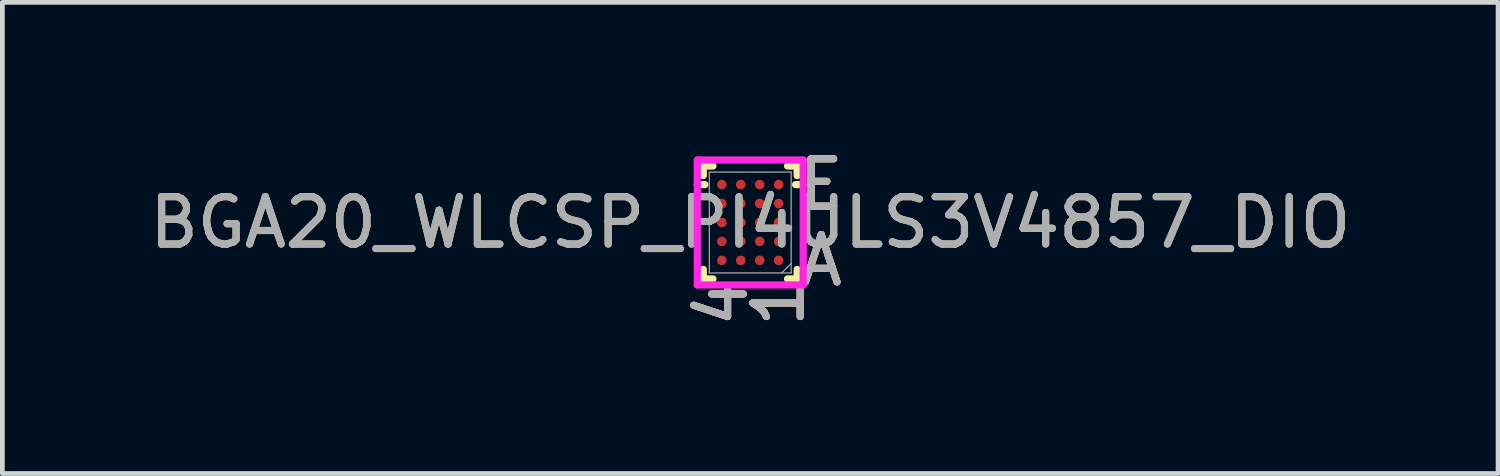
<source format=kicad_pcb>
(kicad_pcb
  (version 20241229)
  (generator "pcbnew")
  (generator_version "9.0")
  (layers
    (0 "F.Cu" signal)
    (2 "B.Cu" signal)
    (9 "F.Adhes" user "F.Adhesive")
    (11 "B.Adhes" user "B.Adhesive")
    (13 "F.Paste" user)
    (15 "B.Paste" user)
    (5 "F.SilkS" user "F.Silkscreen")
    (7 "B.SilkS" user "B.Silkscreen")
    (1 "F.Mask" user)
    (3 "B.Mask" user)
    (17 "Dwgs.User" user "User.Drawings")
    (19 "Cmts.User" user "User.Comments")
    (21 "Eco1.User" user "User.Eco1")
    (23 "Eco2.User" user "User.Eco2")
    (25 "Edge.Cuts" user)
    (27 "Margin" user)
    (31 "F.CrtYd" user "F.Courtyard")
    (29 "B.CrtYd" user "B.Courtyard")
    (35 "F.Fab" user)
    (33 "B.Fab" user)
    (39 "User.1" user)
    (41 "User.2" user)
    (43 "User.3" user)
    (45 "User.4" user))
  (footprint "BGA20_WLCSP_PI4ULS3V4857_DIO"
    (layer "F.Cu")
    (at 12.792 1.648)
    (property "Reference" "BGA20_WLCSP_PI4ULS3V4857_DIO" (at 0 0 0) (unlocked yes) (layer "F.SilkS") (effects (font (size 1 1) (thickness 0.15))))
    (attr smd)
    (fp_line (start -0.991 -1.192) (end -0.991 -0.99) (stroke (width 0.152) (type solid)) (layer "F.SilkS"))
    (fp_line (start -0.991 0.99) (end -0.991 1.192) (stroke (width 0.152) (type solid)) (layer "F.SilkS"))
    (fp_line (start -0.991 1.192) (end -0.787 1.192) (stroke (width 0.152) (type solid)) (layer "F.SilkS"))
    (fp_line (start -0.958 -0.8) (end -1.118 -0.8) (stroke (width 0.152) (type solid)) (layer "F.SilkS"))
    (fp_line (start -0.787 -1.192) (end -0.991 -1.192) (stroke (width 0.152) (type solid)) (layer "F.SilkS"))
    (fp_line (start 0.787 1.192) (end 0.991 1.192) (stroke (width 0.152) (type solid)) (layer "F.SilkS"))
    (fp_line (start 0.958 -0.8) (end 1.118 -0.8) (stroke (width 0.152) (type solid)) (layer "F.SilkS"))
    (fp_line (start 0.991 -1.192) (end 0.787 -1.192) (stroke (width 0.152) (type solid)) (layer "F.SilkS"))
    (fp_line (start 0.991 -0.99) (end 0.991 -1.192) (stroke (width 0.152) (type solid)) (layer "F.SilkS"))
    (fp_line (start 0.991 1.192) (end 0.991 0.99) (stroke (width 0.152) (type solid)) (layer "F.SilkS"))
    (fp_poly (pts (xy -1.244 -1.444) (xy 1.244 -1.444) (xy 1.244 1.444) (xy -1.244 1.444)) (stroke (width 0.1) (type solid)) (fill no) (layer "Eco2.User"))
    (fp_line (start -1.118 -1.319) (end 1.118 -1.319) (stroke (width 0.152) (type solid)) (layer "F.CrtYd"))
    (fp_line (start -1.118 1.319) (end -1.118 -1.319) (stroke (width 0.152) (type solid)) (layer "F.CrtYd"))
    (fp_line (start 1.118 -1.319) (end 1.118 1.319) (stroke (width 0.152) (type solid)) (layer "F.CrtYd"))
    (fp_line (start 1.118 1.319) (end -1.118 1.319) (stroke (width 0.152) (type solid)) (layer "F.CrtYd"))
    (fp_line (start -0.864 -1.065) (end -0.864 1.065) (stroke (width 0.025) (type solid)) (layer "F.Fab"))
    (fp_line (start -0.864 1.065) (end 0.864 1.065) (stroke (width 0.025) (type solid)) (layer "F.Fab"))
    (fp_line (start 0.664 1.065) (end 0.864 0.865) (stroke (width 0.025) (type solid)) (layer "F.Fab"))
    (fp_line (start 0.864 -1.065) (end -0.864 -1.065) (stroke (width 0.025) (type solid)) (layer "F.Fab"))
    (fp_line (start 0.864 1.065) (end 0.864 -1.065) (stroke (width 0.025) (type solid)) (layer "F.Fab"))
    (fp_text user "E" (at 1.499 -0.8 0) (unlocked yes) (layer "F.SilkS") (effects (font (size 1 1) (thickness 0.15))))
    (fp_text user "1" (at 0.6 1.7 90) (unlocked yes) (layer "F.SilkS") (effects (font (size 1 1) (thickness 0.15))))
    (fp_text user "4" (at -0.6 1.7 90) (unlocked yes) (layer "F.SilkS") (effects (font (size 1 1) (thickness 0.15))))
    (fp_text user "A" (at 1.499 0.8 0) (unlocked yes) (layer "F.SilkS") (effects (font (size 1 1) (thickness 0.15))))
    (fp_text user "1" (at 0.6 1.7 90) (unlocked yes) (layer "B.SilkS") (effects (font (size 1 1) (thickness 0.15))))
    (fp_text user "A" (at 1.499 0.8 0) (unlocked yes) (layer "B.SilkS") (effects (font (size 1 1) (thickness 0.15))))
    (fp_text user "4" (at -0.6 1.7 90) (unlocked yes) (layer "B.SilkS") (effects (font (size 1 1) (thickness 0.15))))
    (fp_text user "E" (at 1.499 -0.8 0) (unlocked yes) (layer "B.SilkS") (effects (font (size 1 1) (thickness 0.15))))
    (fp_text user "4" (at -0.6 1.7 90) (unlocked yes) (layer "F.Fab") (effects (font (size 1 1) (thickness 0.15))))
    (fp_text user "A" (at 1.499 0.8 0) (unlocked yes) (layer "F.Fab") (effects (font (size 1 1) (thickness 0.15))))
    (fp_text user "1" (at 0.6 1.7 90) (unlocked yes) (layer "F.Fab") (effects (font (size 1 1) (thickness 0.15))))
    (fp_text user "${REFERENCE}" (at 0 0 0) (unlocked yes) (layer "F.Fab") (effects (font (size 1 1) (thickness 0.15))))
    (fp_text user "E" (at 1.499 -0.8 0) (unlocked yes) (layer "F.Fab") (effects (font (size 1 1) (thickness 0.15))))
    (pad "A1" smd circle (at 0.6 0.8) (size 0.203 0.203) (layers "F.Cu" "F.Mask" "F.Paste"))
    (pad "A2" smd circle (at 0.2 0.8) (size 0.203 0.203) (layers "F.Cu" "F.Mask" "F.Paste"))
    (pad "A3" smd circle (at -0.2 0.8) (size 0.203 0.203) (layers "F.Cu" "F.Mask" "F.Paste"))
    (pad "A4" smd circle (at -0.6 0.8) (size 0.203 0.203) (layers "F.Cu" "F.Mask" "F.Paste"))
    (pad "B1" smd circle (at 0.6 0.4) (size 0.203 0.203) (layers "F.Cu" "F.Mask" "F.Paste"))
    (pad "B2" smd circle (at 0.2 0.4) (size 0.203 0.203) (layers "F.Cu" "F.Mask" "F.Paste"))
    (pad "B3" smd circle (at -0.2 0.4) (size 0.203 0.203) (layers "F.Cu" "F.Mask" "F.Paste"))
    (pad "B4" smd circle (at -0.6 0.4) (size 0.203 0.203) (layers "F.Cu" "F.Mask" "F.Paste"))
    (pad "C1" smd circle (at 0.6 0) (size 0.203 0.203) (layers "F.Cu" "F.Mask" "F.Paste"))
    (pad "C2" smd circle (at 0.2 0) (size 0.203 0.203) (layers "F.Cu" "F.Mask" "F.Paste"))
    (pad "C3" smd circle (at -0.2 0) (size 0.203 0.203) (layers "F.Cu" "F.Mask" "F.Paste"))
    (pad "C4" smd circle (at -0.6 0) (size 0.203 0.203) (layers "F.Cu" "F.Mask" "F.Paste"))
    (pad "D1" smd circle (at 0.6 -0.4) (size 0.203 0.203) (layers "F.Cu" "F.Mask" "F.Paste"))
    (pad "D2" smd circle (at 0.2 -0.4) (size 0.203 0.203) (layers "F.Cu" "F.Mask" "F.Paste"))
    (pad "D3" smd circle (at -0.2 -0.4) (size 0.203 0.203) (layers "F.Cu" "F.Mask" "F.Paste"))
    (pad "D4" smd circle (at -0.6 -0.4) (size 0.203 0.203) (layers "F.Cu" "F.Mask" "F.Paste"))
    (pad "E1" smd circle (at 0.6 -0.8) (size 0.203 0.203) (layers "F.Cu" "F.Mask" "F.Paste"))
    (pad "E2" smd circle (at 0.2 -0.8) (size 0.203 0.203) (layers "F.Cu" "F.Mask" "F.Paste"))
    (pad "E3" smd circle (at -0.2 -0.8) (size 0.203 0.203) (layers "F.Cu" "F.Mask" "F.Paste"))
    (pad "E4" smd circle (at -0.6 -0.8) (size 0.203 0.203) (layers "F.Cu" "F.Mask" "F.Paste")))
  (gr_rect
    (start -3 -3)
    (end 28.583 6.949)
    (stroke (width 0.1) (type default))
    (fill no)
    (layer "Edge.Cuts")))
</source>
